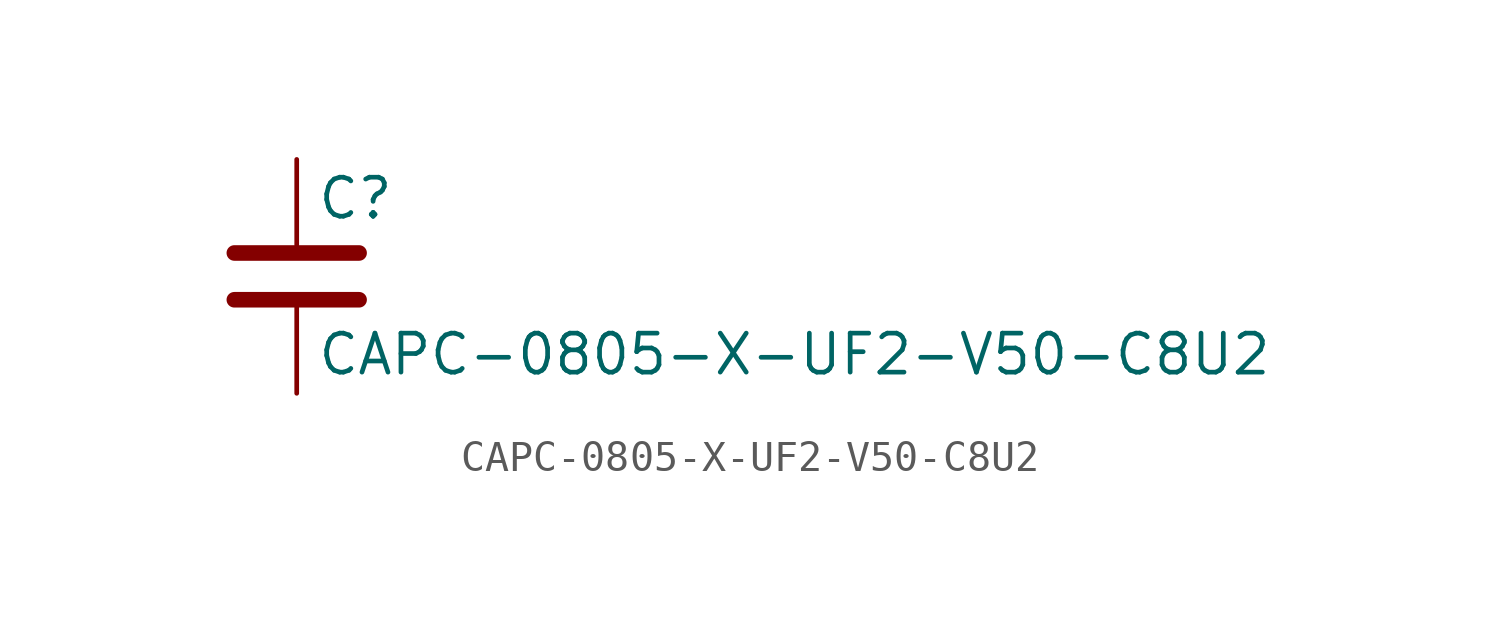
<source format=kicad_sym>
(kicad_symbol_lib
  (version 20211014)
  (generator kicad_symbol_editor)
  (symbol "CAPC-0805-X-UF2-V50-C8U2"
    (pin_numbers hide)
    (pin_names
      (offset 0.254))
    (property "Reference" "C"
      (at 0.635 2.54 0)
      (effects (font (size 1.27 1.27)) (justify left)))
    (property "Value" "CAPC-0805-X-UF2-V50-C8U2"
      (at 0.635 -2.54 0)
      (effects (font (size 1.27 1.27)) (justify left)))
    (symbol "CAPC-0805-X-UF2-V50-C8U2_0_1"
      (polyline (pts (xy -2.032 -0.762) (xy 2.032 -0.762)) (stroke (width 0.508) (type default) (color 0 0 0 0)) (fill (type none)))
      (polyline (pts (xy -2.032 0.762) (xy 2.032 0.762)) (stroke (width 0.508) (type default) (color 0 0 0 0)) (fill (type none))))
    (symbol "CAPC-0805-X-UF2-V50-C8U2_1_1"
      (pin passive line (at 0 3.81 270) (length 2.794) (name "~" (effects (font (size 1.27 1.27)))) (number "1" (effects (font (size 1.27 1.27)))))
      (pin passive line (at 0 -3.81 90) (length 2.794) (name "~" (effects (font (size 1.27 1.27)))) (number "2" (effects (font (size 1.27 1.27))))))))
</source>
